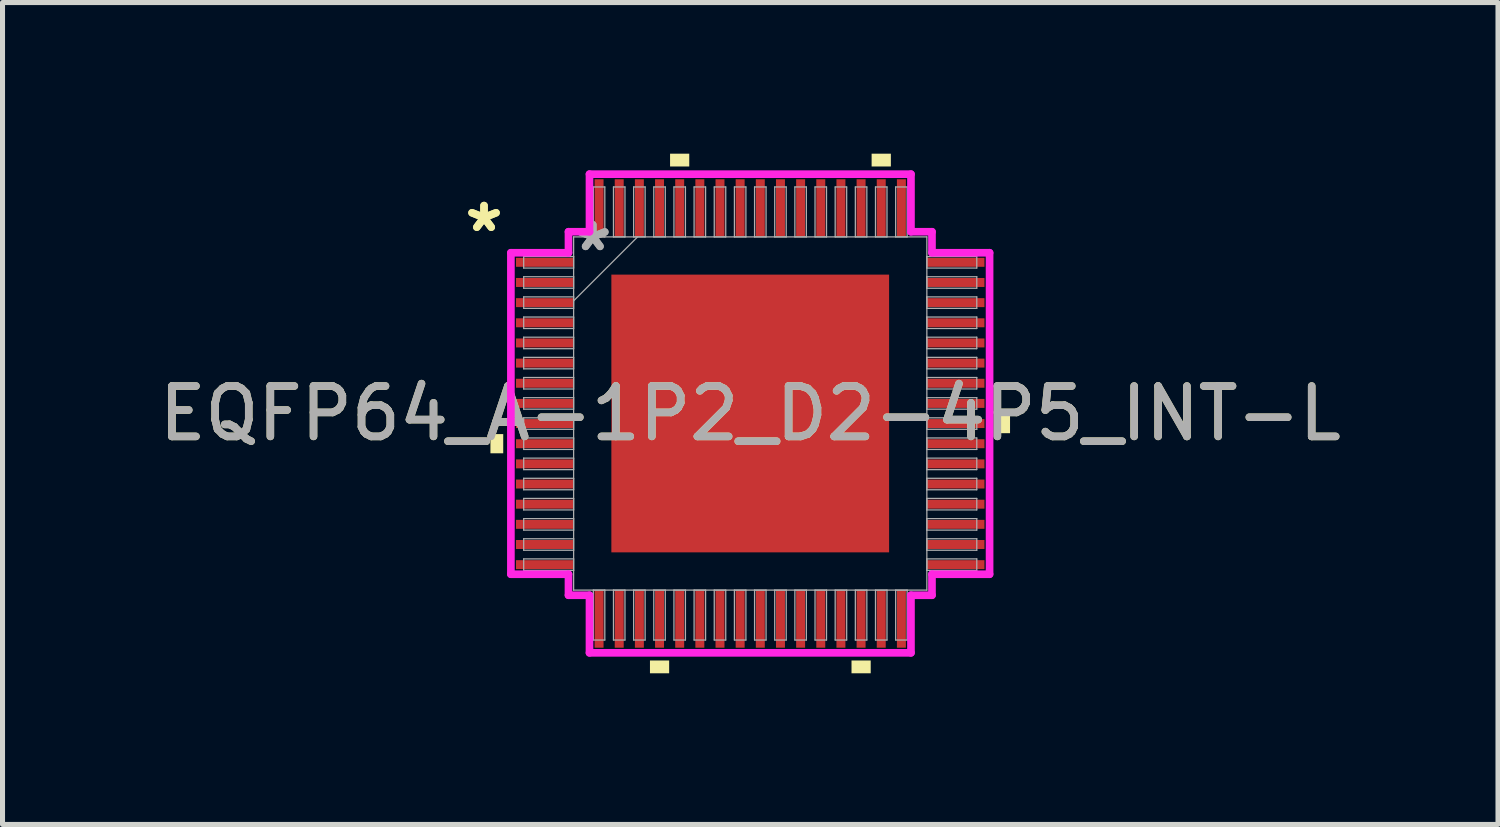
<source format=kicad_pcb>
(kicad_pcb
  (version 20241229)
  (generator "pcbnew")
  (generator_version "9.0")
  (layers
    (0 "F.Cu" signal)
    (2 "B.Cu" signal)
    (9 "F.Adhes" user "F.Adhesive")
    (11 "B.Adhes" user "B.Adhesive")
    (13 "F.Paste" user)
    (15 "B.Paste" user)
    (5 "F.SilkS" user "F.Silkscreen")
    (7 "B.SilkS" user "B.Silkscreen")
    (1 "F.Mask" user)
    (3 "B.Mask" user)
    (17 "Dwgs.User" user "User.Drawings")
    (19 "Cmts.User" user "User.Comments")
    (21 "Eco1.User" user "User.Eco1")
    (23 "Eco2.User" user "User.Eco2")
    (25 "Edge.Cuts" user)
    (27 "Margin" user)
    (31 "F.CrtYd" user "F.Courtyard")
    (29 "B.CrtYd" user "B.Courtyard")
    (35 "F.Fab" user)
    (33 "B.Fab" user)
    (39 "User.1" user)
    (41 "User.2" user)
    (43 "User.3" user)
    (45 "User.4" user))
  (footprint "EQFP64_A-1P2_D2-4P5_INT-L"
    (layer "F.Cu")
    (at 11.839 5.156)
    (property "Reference" "EQFP64_A-1P2_D2-4P5_INT-L" (at 0 0 0) (unlocked yes) (layer "F.SilkS") (effects (font (size 1 1) (thickness 0.15))))
    (attr smd)
    (fp_poly (pts (xy -5.156 0.409) (xy -5.156 0.79) (xy -4.902 0.79) (xy -4.902 0.409)) (stroke (width 0) (type solid)) (fill yes) (layer "F.SilkS"))
    (fp_poly (pts (xy -1.99 4.902) (xy -1.99 5.156) (xy -1.609 5.156) (xy -1.609 4.902)) (stroke (width 0) (type solid)) (fill yes) (layer "F.SilkS"))
    (fp_poly (pts (xy -1.591 -4.902) (xy -1.591 -5.156) (xy -1.21 -5.156) (xy -1.21 -4.902)) (stroke (width 0) (type solid)) (fill yes) (layer "F.SilkS"))
    (fp_poly (pts (xy 2.01 4.902) (xy 2.01 5.156) (xy 2.391 5.156) (xy 2.391 4.902)) (stroke (width 0) (type solid)) (fill yes) (layer "F.SilkS"))
    (fp_poly (pts (xy 2.409 -4.902) (xy 2.409 -5.156) (xy 2.791 -5.156) (xy 2.791 -4.902)) (stroke (width 0) (type solid)) (fill yes) (layer "F.SilkS"))
    (fp_poly (pts (xy 5.156 0.009) (xy 5.156 0.391) (xy 4.902 0.391) (xy 4.902 0.009)) (stroke (width 0) (type solid)) (fill yes) (layer "F.SilkS"))
    (fp_poly (pts (xy -2.656 -2.656) (xy -2.656 -1.478) (xy -1.478 -1.478) (xy -1.478 -2.656)) (stroke (width 0) (type solid)) (fill yes) (layer "F.Paste"))
    (fp_poly (pts (xy -2.656 -1.278) (xy -2.656 -0.1) (xy -1.478 -0.1) (xy -1.478 -1.278)) (stroke (width 0) (type solid)) (fill yes) (layer "F.Paste"))
    (fp_poly (pts (xy -2.656 0.1) (xy -2.656 1.278) (xy -1.478 1.278) (xy -1.478 0.1)) (stroke (width 0) (type solid)) (fill yes) (layer "F.Paste"))
    (fp_poly (pts (xy -2.656 1.478) (xy -2.656 2.656) (xy -1.478 2.656) (xy -1.478 1.478)) (stroke (width 0) (type solid)) (fill yes) (layer "F.Paste"))
    (fp_poly (pts (xy -1.278 -2.656) (xy -1.278 -1.478) (xy -0.1 -1.478) (xy -0.1 -2.656)) (stroke (width 0) (type solid)) (fill yes) (layer "F.Paste"))
    (fp_poly (pts (xy -1.278 -1.278) (xy -1.278 -0.1) (xy -0.1 -0.1) (xy -0.1 -1.278)) (stroke (width 0) (type solid)) (fill yes) (layer "F.Paste"))
    (fp_poly (pts (xy -1.278 0.1) (xy -1.278 1.278) (xy -0.1 1.278) (xy -0.1 0.1)) (stroke (width 0) (type solid)) (fill yes) (layer "F.Paste"))
    (fp_poly (pts (xy -1.278 1.478) (xy -1.278 2.656) (xy -0.1 2.656) (xy -0.1 1.478)) (stroke (width 0) (type solid)) (fill yes) (layer "F.Paste"))
    (fp_poly (pts (xy 0.1 -2.656) (xy 0.1 -1.478) (xy 1.278 -1.478) (xy 1.278 -2.656)) (stroke (width 0) (type solid)) (fill yes) (layer "F.Paste"))
    (fp_poly (pts (xy 0.1 -1.278) (xy 0.1 -0.1) (xy 1.278 -0.1) (xy 1.278 -1.278)) (stroke (width 0) (type solid)) (fill yes) (layer "F.Paste"))
    (fp_poly (pts (xy 0.1 0.1) (xy 0.1 1.278) (xy 1.278 1.278) (xy 1.278 0.1)) (stroke (width 0) (type solid)) (fill yes) (layer "F.Paste"))
    (fp_poly (pts (xy 0.1 1.478) (xy 0.1 2.656) (xy 1.278 2.656) (xy 1.278 1.478)) (stroke (width 0) (type solid)) (fill yes) (layer "F.Paste"))
    (fp_poly (pts (xy 1.478 -2.656) (xy 1.478 -1.478) (xy 2.656 -1.478) (xy 2.656 -2.656)) (stroke (width 0) (type solid)) (fill yes) (layer "F.Paste"))
    (fp_poly (pts (xy 1.478 -1.278) (xy 1.478 -0.1) (xy 2.656 -0.1) (xy 2.656 -1.278)) (stroke (width 0) (type solid)) (fill yes) (layer "F.Paste"))
    (fp_poly (pts (xy 1.478 0.1) (xy 1.478 1.278) (xy 2.656 1.278) (xy 2.656 0.1)) (stroke (width 0) (type solid)) (fill yes) (layer "F.Paste"))
    (fp_poly (pts (xy 1.478 1.478) (xy 1.478 2.656) (xy 2.656 2.656) (xy 2.656 1.478)) (stroke (width 0) (type solid)) (fill yes) (layer "F.Paste"))
    (fp_line (start -4.75 -3.19) (end -3.607 -3.19) (stroke (width 0.152) (type solid)) (layer "F.CrtYd"))
    (fp_line (start -4.75 3.19) (end -4.75 -3.19) (stroke (width 0.152) (type solid)) (layer "F.CrtYd"))
    (fp_line (start -3.607 -3.607) (end -3.19 -3.607) (stroke (width 0.152) (type solid)) (layer "F.CrtYd"))
    (fp_line (start -3.607 -3.19) (end -3.607 -3.607) (stroke (width 0.152) (type solid)) (layer "F.CrtYd"))
    (fp_line (start -3.607 3.19) (end -4.75 3.19) (stroke (width 0.152) (type solid)) (layer "F.CrtYd"))
    (fp_line (start -3.607 3.607) (end -3.607 3.19) (stroke (width 0.152) (type solid)) (layer "F.CrtYd"))
    (fp_line (start -3.607 3.607) (end -3.19 3.607) (stroke (width 0.152) (type solid)) (layer "F.CrtYd"))
    (fp_line (start -3.19 -4.75) (end 3.19 -4.75) (stroke (width 0.152) (type solid)) (layer "F.CrtYd"))
    (fp_line (start -3.19 -3.607) (end -3.19 -4.75) (stroke (width 0.152) (type solid)) (layer "F.CrtYd"))
    (fp_line (start -3.19 3.607) (end -3.19 4.75) (stroke (width 0.152) (type solid)) (layer "F.CrtYd"))
    (fp_line (start -3.19 4.75) (end 3.19 4.75) (stroke (width 0.152) (type solid)) (layer "F.CrtYd"))
    (fp_line (start 3.19 -4.75) (end 3.19 -3.607) (stroke (width 0.152) (type solid)) (layer "F.CrtYd"))
    (fp_line (start 3.19 -3.607) (end 3.607 -3.607) (stroke (width 0.152) (type solid)) (layer "F.CrtYd"))
    (fp_line (start 3.19 3.607) (end 3.607 3.607) (stroke (width 0.152) (type solid)) (layer "F.CrtYd"))
    (fp_line (start 3.19 4.75) (end 3.19 3.607) (stroke (width 0.152) (type solid)) (layer "F.CrtYd"))
    (fp_line (start 3.607 -3.19) (end 3.607 -3.607) (stroke (width 0.152) (type solid)) (layer "F.CrtYd"))
    (fp_line (start 3.607 3.19) (end 4.75 3.19) (stroke (width 0.152) (type solid)) (layer "F.CrtYd"))
    (fp_line (start 3.607 3.607) (end 3.607 3.19) (stroke (width 0.152) (type solid)) (layer "F.CrtYd"))
    (fp_line (start 4.75 -3.19) (end 3.607 -3.19) (stroke (width 0.152) (type solid)) (layer "F.CrtYd"))
    (fp_line (start 4.75 3.19) (end 4.75 -3.19) (stroke (width 0.152) (type solid)) (layer "F.CrtYd"))
    (fp_line (start -4.496 -3.114) (end -4.496 -2.886) (stroke (width 0.025) (type solid)) (layer "F.Fab"))
    (fp_line (start -4.496 -2.886) (end -3.505 -2.886) (stroke (width 0.025) (type solid)) (layer "F.Fab"))
    (fp_line (start -4.496 -2.714) (end -4.496 -2.486) (stroke (width 0.025) (type solid)) (layer "F.Fab"))
    (fp_line (start -4.496 -2.486) (end -3.505 -2.486) (stroke (width 0.025) (type solid)) (layer "F.Fab"))
    (fp_line (start -4.496 -2.314) (end -4.496 -2.086) (stroke (width 0.025) (type solid)) (layer "F.Fab"))
    (fp_line (start -4.496 -2.086) (end -3.505 -2.086) (stroke (width 0.025) (type solid)) (layer "F.Fab"))
    (fp_line (start -4.496 -1.914) (end -4.496 -1.686) (stroke (width 0.025) (type solid)) (layer "F.Fab"))
    (fp_line (start -4.496 -1.686) (end -3.505 -1.686) (stroke (width 0.025) (type solid)) (layer "F.Fab"))
    (fp_line (start -4.496 -1.514) (end -4.496 -1.286) (stroke (width 0.025) (type solid)) (layer "F.Fab"))
    (fp_line (start -4.496 -1.286) (end -3.505 -1.286) (stroke (width 0.025) (type solid)) (layer "F.Fab"))
    (fp_line (start -4.496 -1.114) (end -4.496 -0.886) (stroke (width 0.025) (type solid)) (layer "F.Fab"))
    (fp_line (start -4.496 -0.886) (end -3.505 -0.886) (stroke (width 0.025) (type solid)) (layer "F.Fab"))
    (fp_line (start -4.496 -0.714) (end -4.496 -0.486) (stroke (width 0.025) (type solid)) (layer "F.Fab"))
    (fp_line (start -4.496 -0.486) (end -3.505 -0.486) (stroke (width 0.025) (type solid)) (layer "F.Fab"))
    (fp_line (start -4.496 -0.314) (end -4.496 -0.086) (stroke (width 0.025) (type solid)) (layer "F.Fab"))
    (fp_line (start -4.496 -0.086) (end -3.505 -0.086) (stroke (width 0.025) (type solid)) (layer "F.Fab"))
    (fp_line (start -4.496 0.086) (end -4.496 0.314) (stroke (width 0.025) (type solid)) (layer "F.Fab"))
    (fp_line (start -4.496 0.314) (end -3.505 0.314) (stroke (width 0.025) (type solid)) (layer "F.Fab"))
    (fp_line (start -4.496 0.486) (end -4.496 0.714) (stroke (width 0.025) (type solid)) (layer "F.Fab"))
    (fp_line (start -4.496 0.714) (end -3.505 0.714) (stroke (width 0.025) (type solid)) (layer "F.Fab"))
    (fp_line (start -4.496 0.886) (end -4.496 1.114) (stroke (width 0.025) (type solid)) (layer "F.Fab"))
    (fp_line (start -4.496 1.114) (end -3.505 1.114) (stroke (width 0.025) (type solid)) (layer "F.Fab"))
    (fp_line (start -4.496 1.286) (end -4.496 1.514) (stroke (width 0.025) (type solid)) (layer "F.Fab"))
    (fp_line (start -4.496 1.514) (end -3.505 1.514) (stroke (width 0.025) (type solid)) (layer "F.Fab"))
    (fp_line (start -4.496 1.686) (end -4.496 1.914) (stroke (width 0.025) (type solid)) (layer "F.Fab"))
    (fp_line (start -4.496 1.914) (end -3.505 1.914) (stroke (width 0.025) (type solid)) (layer "F.Fab"))
    (fp_line (start -4.496 2.086) (end -4.496 2.314) (stroke (width 0.025) (type solid)) (layer "F.Fab"))
    (fp_line (start -4.496 2.314) (end -3.505 2.314) (stroke (width 0.025) (type solid)) (layer "F.Fab"))
    (fp_line (start -4.496 2.486) (end -4.496 2.714) (stroke (width 0.025) (type solid)) (layer "F.Fab"))
    (fp_line (start -4.496 2.714) (end -3.505 2.714) (stroke (width 0.025) (type solid)) (layer "F.Fab"))
    (fp_line (start -4.496 2.886) (end -4.496 3.114) (stroke (width 0.025) (type solid)) (layer "F.Fab"))
    (fp_line (start -4.496 3.114) (end -3.505 3.114) (stroke (width 0.025) (type solid)) (layer "F.Fab"))
    (fp_line (start -3.505 -3.505) (end -3.505 3.505) (stroke (width 0.025) (type solid)) (layer "F.Fab"))
    (fp_line (start -3.505 -3.114) (end -4.496 -3.114) (stroke (width 0.025) (type solid)) (layer "F.Fab"))
    (fp_line (start -3.505 -2.886) (end -3.505 -3.114) (stroke (width 0.025) (type solid)) (layer "F.Fab"))
    (fp_line (start -3.505 -2.714) (end -4.496 -2.714) (stroke (width 0.025) (type solid)) (layer "F.Fab"))
    (fp_line (start -3.505 -2.486) (end -3.505 -2.714) (stroke (width 0.025) (type solid)) (layer "F.Fab"))
    (fp_line (start -3.505 -2.314) (end -4.496 -2.314) (stroke (width 0.025) (type solid)) (layer "F.Fab"))
    (fp_line (start -3.505 -2.235) (end -2.235 -3.505) (stroke (width 0.025) (type solid)) (layer "F.Fab"))
    (fp_line (start -3.505 -2.086) (end -3.505 -2.314) (stroke (width 0.025) (type solid)) (layer "F.Fab"))
    (fp_line (start -3.505 -1.914) (end -4.496 -1.914) (stroke (width 0.025) (type solid)) (layer "F.Fab"))
    (fp_line (start -3.505 -1.686) (end -3.505 -1.914) (stroke (width 0.025) (type solid)) (layer "F.Fab"))
    (fp_line (start -3.505 -1.514) (end -4.496 -1.514) (stroke (width 0.025) (type solid)) (layer "F.Fab"))
    (fp_line (start -3.505 -1.286) (end -3.505 -1.514) (stroke (width 0.025) (type solid)) (layer "F.Fab"))
    (fp_line (start -3.505 -1.114) (end -4.496 -1.114) (stroke (width 0.025) (type solid)) (layer "F.Fab"))
    (fp_line (start -3.505 -0.886) (end -3.505 -1.114) (stroke (width 0.025) (type solid)) (layer "F.Fab"))
    (fp_line (start -3.505 -0.714) (end -4.496 -0.714) (stroke (width 0.025) (type solid)) (layer "F.Fab"))
    (fp_line (start -3.505 -0.486) (end -3.505 -0.714) (stroke (width 0.025) (type solid)) (layer "F.Fab"))
    (fp_line (start -3.505 -0.314) (end -4.496 -0.314) (stroke (width 0.025) (type solid)) (layer "F.Fab"))
    (fp_line (start -3.505 -0.086) (end -3.505 -0.314) (stroke (width 0.025) (type solid)) (layer "F.Fab"))
    (fp_line (start -3.505 0.086) (end -4.496 0.086) (stroke (width 0.025) (type solid)) (layer "F.Fab"))
    (fp_line (start -3.505 0.314) (end -3.505 0.086) (stroke (width 0.025) (type solid)) (layer "F.Fab"))
    (fp_line (start -3.505 0.486) (end -4.496 0.486) (stroke (width 0.025) (type solid)) (layer "F.Fab"))
    (fp_line (start -3.505 0.714) (end -3.505 0.486) (stroke (width 0.025) (type solid)) (layer "F.Fab"))
    (fp_line (start -3.505 0.886) (end -4.496 0.886) (stroke (width 0.025) (type solid)) (layer "F.Fab"))
    (fp_line (start -3.505 1.114) (end -3.505 0.886) (stroke (width 0.025) (type solid)) (layer "F.Fab"))
    (fp_line (start -3.505 1.286) (end -4.496 1.286) (stroke (width 0.025) (type solid)) (layer "F.Fab"))
    (fp_line (start -3.505 1.514) (end -3.505 1.286) (stroke (width 0.025) (type solid)) (layer "F.Fab"))
    (fp_line (start -3.505 1.686) (end -4.496 1.686) (stroke (width 0.025) (type solid)) (layer "F.Fab"))
    (fp_line (start -3.505 1.914) (end -3.505 1.686) (stroke (width 0.025) (type solid)) (layer "F.Fab"))
    (fp_line (start -3.505 2.086) (end -4.496 2.086) (stroke (width 0.025) (type solid)) (layer "F.Fab"))
    (fp_line (start -3.505 2.314) (end -3.505 2.086) (stroke (width 0.025) (type solid)) (layer "F.Fab"))
    (fp_line (start -3.505 2.486) (end -4.496 2.486) (stroke (width 0.025) (type solid)) (layer "F.Fab"))
    (fp_line (start -3.505 2.714) (end -3.505 2.486) (stroke (width 0.025) (type solid)) (layer "F.Fab"))
    (fp_line (start -3.505 2.886) (end -4.496 2.886) (stroke (width 0.025) (type solid)) (layer "F.Fab"))
    (fp_line (start -3.505 3.114) (end -3.505 2.886) (stroke (width 0.025) (type solid)) (layer "F.Fab"))
    (fp_line (start -3.505 3.505) (end 3.505 3.505) (stroke (width 0.025) (type solid)) (layer "F.Fab"))
    (fp_line (start -3.114 -4.496) (end -3.114 -3.505) (stroke (width 0.025) (type solid)) (layer "F.Fab"))
    (fp_line (start -3.114 -3.505) (end -2.886 -3.505) (stroke (width 0.025) (type solid)) (layer "F.Fab"))
    (fp_line (start -3.114 3.505) (end -3.114 4.496) (stroke (width 0.025) (type solid)) (layer "F.Fab"))
    (fp_line (start -3.114 4.496) (end -2.886 4.496) (stroke (width 0.025) (type solid)) (layer "F.Fab"))
    (fp_line (start -2.886 -4.496) (end -3.114 -4.496) (stroke (width 0.025) (type solid)) (layer "F.Fab"))
    (fp_line (start -2.886 -3.505) (end -2.886 -4.496) (stroke (width 0.025) (type solid)) (layer "F.Fab"))
    (fp_line (start -2.886 3.505) (end -3.114 3.505) (stroke (width 0.025) (type solid)) (layer "F.Fab"))
    (fp_line (start -2.886 4.496) (end -2.886 3.505) (stroke (width 0.025) (type solid)) (layer "F.Fab"))
    (fp_line (start -2.714 -4.496) (end -2.714 -3.505) (stroke (width 0.025) (type solid)) (layer "F.Fab"))
    (fp_line (start -2.714 -3.505) (end -2.486 -3.505) (stroke (width 0.025) (type solid)) (layer "F.Fab"))
    (fp_line (start -2.714 3.505) (end -2.714 4.496) (stroke (width 0.025) (type solid)) (layer "F.Fab"))
    (fp_line (start -2.714 4.496) (end -2.486 4.496) (stroke (width 0.025) (type solid)) (layer "F.Fab"))
    (fp_line (start -2.486 -4.496) (end -2.714 -4.496) (stroke (width 0.025) (type solid)) (layer "F.Fab"))
    (fp_line (start -2.486 -3.505) (end -2.486 -4.496) (stroke (width 0.025) (type solid)) (layer "F.Fab"))
    (fp_line (start -2.486 3.505) (end -2.714 3.505) (stroke (width 0.025) (type solid)) (layer "F.Fab"))
    (fp_line (start -2.486 4.496) (end -2.486 3.505) (stroke (width 0.025) (type solid)) (layer "F.Fab"))
    (fp_line (start -2.314 -4.496) (end -2.314 -3.505) (stroke (width 0.025) (type solid)) (layer "F.Fab"))
    (fp_line (start -2.314 -3.505) (end -2.086 -3.505) (stroke (width 0.025) (type solid)) (layer "F.Fab"))
    (fp_line (start -2.314 3.505) (end -2.314 4.496) (stroke (width 0.025) (type solid)) (layer "F.Fab"))
    (fp_line (start -2.314 4.496) (end -2.086 4.496) (stroke (width 0.025) (type solid)) (layer "F.Fab"))
    (fp_line (start -2.086 -4.496) (end -2.314 -4.496) (stroke (width 0.025) (type solid)) (layer "F.Fab"))
    (fp_line (start -2.086 -3.505) (end -2.086 -4.496) (stroke (width 0.025) (type solid)) (layer "F.Fab"))
    (fp_line (start -2.086 3.505) (end -2.314 3.505) (stroke (width 0.025) (type solid)) (layer "F.Fab"))
    (fp_line (start -2.086 4.496) (end -2.086 3.505) (stroke (width 0.025) (type solid)) (layer "F.Fab"))
    (fp_line (start -1.914 -4.496) (end -1.914 -3.505) (stroke (width 0.025) (type solid)) (layer "F.Fab"))
    (fp_line (start -1.914 -3.505) (end -1.686 -3.505) (stroke (width 0.025) (type solid)) (layer "F.Fab"))
    (fp_line (start -1.914 3.505) (end -1.914 4.496) (stroke (width 0.025) (type solid)) (layer "F.Fab"))
    (fp_line (start -1.914 4.496) (end -1.686 4.496) (stroke (width 0.025) (type solid)) (layer "F.Fab"))
    (fp_line (start -1.686 -4.496) (end -1.914 -4.496) (stroke (width 0.025) (type solid)) (layer "F.Fab"))
    (fp_line (start -1.686 -3.505) (end -1.686 -4.496) (stroke (width 0.025) (type solid)) (layer "F.Fab"))
    (fp_line (start -1.686 3.505) (end -1.914 3.505) (stroke (width 0.025) (type solid)) (layer "F.Fab"))
    (fp_line (start -1.686 4.496) (end -1.686 3.505) (stroke (width 0.025) (type solid)) (layer "F.Fab"))
    (fp_line (start -1.514 -4.496) (end -1.514 -3.505) (stroke (width 0.025) (type solid)) (layer "F.Fab"))
    (fp_line (start -1.514 -3.505) (end -1.286 -3.505) (stroke (width 0.025) (type solid)) (layer "F.Fab"))
    (fp_line (start -1.514 3.505) (end -1.514 4.496) (stroke (width 0.025) (type solid)) (layer "F.Fab"))
    (fp_line (start -1.514 4.496) (end -1.286 4.496) (stroke (width 0.025) (type solid)) (layer "F.Fab"))
    (fp_line (start -1.286 -4.496) (end -1.514 -4.496) (stroke (width 0.025) (type solid)) (layer "F.Fab"))
    (fp_line (start -1.286 -3.505) (end -1.286 -4.496) (stroke (width 0.025) (type solid)) (layer "F.Fab"))
    (fp_line (start -1.286 3.505) (end -1.514 3.505) (stroke (width 0.025) (type solid)) (layer "F.Fab"))
    (fp_line (start -1.286 4.496) (end -1.286 3.505) (stroke (width 0.025) (type solid)) (layer "F.Fab"))
    (fp_line (start -1.114 -4.496) (end -1.114 -3.505) (stroke (width 0.025) (type solid)) (layer "F.Fab"))
    (fp_line (start -1.114 -3.505) (end -0.886 -3.505) (stroke (width 0.025) (type solid)) (layer "F.Fab"))
    (fp_line (start -1.114 3.505) (end -1.114 4.496) (stroke (width 0.025) (type solid)) (layer "F.Fab"))
    (fp_line (start -1.114 4.496) (end -0.886 4.496) (stroke (width 0.025) (type solid)) (layer "F.Fab"))
    (fp_line (start -0.886 -4.496) (end -1.114 -4.496) (stroke (width 0.025) (type solid)) (layer "F.Fab"))
    (fp_line (start -0.886 -3.505) (end -0.886 -4.496) (stroke (width 0.025) (type solid)) (layer "F.Fab"))
    (fp_line (start -0.886 3.505) (end -1.114 3.505) (stroke (width 0.025) (type solid)) (layer "F.Fab"))
    (fp_line (start -0.886 4.496) (end -0.886 3.505) (stroke (width 0.025) (type solid)) (layer "F.Fab"))
    (fp_line (start -0.714 -4.496) (end -0.714 -3.505) (stroke (width 0.025) (type solid)) (layer "F.Fab"))
    (fp_line (start -0.714 -3.505) (end -0.486 -3.505) (stroke (width 0.025) (type solid)) (layer "F.Fab"))
    (fp_line (start -0.714 3.505) (end -0.714 4.496) (stroke (width 0.025) (type solid)) (layer "F.Fab"))
    (fp_line (start -0.714 4.496) (end -0.486 4.496) (stroke (width 0.025) (type solid)) (layer "F.Fab"))
    (fp_line (start -0.486 -4.496) (end -0.714 -4.496) (stroke (width 0.025) (type solid)) (layer "F.Fab"))
    (fp_line (start -0.486 -3.505) (end -0.486 -4.496) (stroke (width 0.025) (type solid)) (layer "F.Fab"))
    (fp_line (start -0.486 3.505) (end -0.714 3.505) (stroke (width 0.025) (type solid)) (layer "F.Fab"))
    (fp_line (start -0.486 4.496) (end -0.486 3.505) (stroke (width 0.025) (type solid)) (layer "F.Fab"))
    (fp_line (start -0.314 -4.496) (end -0.314 -3.505) (stroke (width 0.025) (type solid)) (layer "F.Fab"))
    (fp_line (start -0.314 -3.505) (end -0.086 -3.505) (stroke (width 0.025) (type solid)) (layer "F.Fab"))
    (fp_line (start -0.314 3.505) (end -0.314 4.496) (stroke (width 0.025) (type solid)) (layer "F.Fab"))
    (fp_line (start -0.314 4.496) (end -0.086 4.496) (stroke (width 0.025) (type solid)) (layer "F.Fab"))
    (fp_line (start -0.086 -4.496) (end -0.314 -4.496) (stroke (width 0.025) (type solid)) (layer "F.Fab"))
    (fp_line (start -0.086 -3.505) (end -0.086 -4.496) (stroke (width 0.025) (type solid)) (layer "F.Fab"))
    (fp_line (start -0.086 3.505) (end -0.314 3.505) (stroke (width 0.025) (type solid)) (layer "F.Fab"))
    (fp_line (start -0.086 4.496) (end -0.086 3.505) (stroke (width 0.025) (type solid)) (layer "F.Fab"))
    (fp_line (start 0.086 -4.496) (end 0.086 -3.505) (stroke (width 0.025) (type solid)) (layer "F.Fab"))
    (fp_line (start 0.086 -3.505) (end 0.314 -3.505) (stroke (width 0.025) (type solid)) (layer "F.Fab"))
    (fp_line (start 0.086 3.505) (end 0.086 4.496) (stroke (width 0.025) (type solid)) (layer "F.Fab"))
    (fp_line (start 0.086 4.496) (end 0.314 4.496) (stroke (width 0.025) (type solid)) (layer "F.Fab"))
    (fp_line (start 0.314 -4.496) (end 0.086 -4.496) (stroke (width 0.025) (type solid)) (layer "F.Fab"))
    (fp_line (start 0.314 -3.505) (end 0.314 -4.496) (stroke (width 0.025) (type solid)) (layer "F.Fab"))
    (fp_line (start 0.314 3.505) (end 0.086 3.505) (stroke (width 0.025) (type solid)) (layer "F.Fab"))
    (fp_line (start 0.314 4.496) (end 0.314 3.505) (stroke (width 0.025) (type solid)) (layer "F.Fab"))
    (fp_line (start 0.486 -4.496) (end 0.486 -3.505) (stroke (width 0.025) (type solid)) (layer "F.Fab"))
    (fp_line (start 0.486 -3.505) (end 0.714 -3.505) (stroke (width 0.025) (type solid)) (layer "F.Fab"))
    (fp_line (start 0.486 3.505) (end 0.486 4.496) (stroke (width 0.025) (type solid)) (layer "F.Fab"))
    (fp_line (start 0.486 4.496) (end 0.714 4.496) (stroke (width 0.025) (type solid)) (layer "F.Fab"))
    (fp_line (start 0.714 -4.496) (end 0.486 -4.496) (stroke (width 0.025) (type solid)) (layer "F.Fab"))
    (fp_line (start 0.714 -3.505) (end 0.714 -4.496) (stroke (width 0.025) (type solid)) (layer "F.Fab"))
    (fp_line (start 0.714 3.505) (end 0.486 3.505) (stroke (width 0.025) (type solid)) (layer "F.Fab"))
    (fp_line (start 0.714 4.496) (end 0.714 3.505) (stroke (width 0.025) (type solid)) (layer "F.Fab"))
    (fp_line (start 0.886 -4.496) (end 0.886 -3.505) (stroke (width 0.025) (type solid)) (layer "F.Fab"))
    (fp_line (start 0.886 -3.505) (end 1.114 -3.505) (stroke (width 0.025) (type solid)) (layer "F.Fab"))
    (fp_line (start 0.886 3.505) (end 0.886 4.496) (stroke (width 0.025) (type solid)) (layer "F.Fab"))
    (fp_line (start 0.886 4.496) (end 1.114 4.496) (stroke (width 0.025) (type solid)) (layer "F.Fab"))
    (fp_line (start 1.114 -4.496) (end 0.886 -4.496) (stroke (width 0.025) (type solid)) (layer "F.Fab"))
    (fp_line (start 1.114 -3.505) (end 1.114 -4.496) (stroke (width 0.025) (type solid)) (layer "F.Fab"))
    (fp_line (start 1.114 3.505) (end 0.886 3.505) (stroke (width 0.025) (type solid)) (layer "F.Fab"))
    (fp_line (start 1.114 4.496) (end 1.114 3.505) (stroke (width 0.025) (type solid)) (layer "F.Fab"))
    (fp_line (start 1.286 -4.496) (end 1.286 -3.505) (stroke (width 0.025) (type solid)) (layer "F.Fab"))
    (fp_line (start 1.286 -3.505) (end 1.514 -3.505) (stroke (width 0.025) (type solid)) (layer "F.Fab"))
    (fp_line (start 1.286 3.505) (end 1.286 4.496) (stroke (width 0.025) (type solid)) (layer "F.Fab"))
    (fp_line (start 1.286 4.496) (end 1.514 4.496) (stroke (width 0.025) (type solid)) (layer "F.Fab"))
    (fp_line (start 1.514 -4.496) (end 1.286 -4.496) (stroke (width 0.025) (type solid)) (layer "F.Fab"))
    (fp_line (start 1.514 -3.505) (end 1.514 -4.496) (stroke (width 0.025) (type solid)) (layer "F.Fab"))
    (fp_line (start 1.514 3.505) (end 1.286 3.505) (stroke (width 0.025) (type solid)) (layer "F.Fab"))
    (fp_line (start 1.514 4.496) (end 1.514 3.505) (stroke (width 0.025) (type solid)) (layer "F.Fab"))
    (fp_line (start 1.686 -4.496) (end 1.686 -3.505) (stroke (width 0.025) (type solid)) (layer "F.Fab"))
    (fp_line (start 1.686 -3.505) (end 1.914 -3.505) (stroke (width 0.025) (type solid)) (layer "F.Fab"))
    (fp_line (start 1.686 3.505) (end 1.686 4.496) (stroke (width 0.025) (type solid)) (layer "F.Fab"))
    (fp_line (start 1.686 4.496) (end 1.914 4.496) (stroke (width 0.025) (type solid)) (layer "F.Fab"))
    (fp_line (start 1.914 -4.496) (end 1.686 -4.496) (stroke (width 0.025) (type solid)) (layer "F.Fab"))
    (fp_line (start 1.914 -3.505) (end 1.914 -4.496) (stroke (width 0.025) (type solid)) (layer "F.Fab"))
    (fp_line (start 1.914 3.505) (end 1.686 3.505) (stroke (width 0.025) (type solid)) (layer "F.Fab"))
    (fp_line (start 1.914 4.496) (end 1.914 3.505) (stroke (width 0.025) (type solid)) (layer "F.Fab"))
    (fp_line (start 2.086 -4.496) (end 2.086 -3.505) (stroke (width 0.025) (type solid)) (layer "F.Fab"))
    (fp_line (start 2.086 -3.505) (end 2.314 -3.505) (stroke (width 0.025) (type solid)) (layer "F.Fab"))
    (fp_line (start 2.086 3.505) (end 2.086 4.496) (stroke (width 0.025) (type solid)) (layer "F.Fab"))
    (fp_line (start 2.086 4.496) (end 2.314 4.496) (stroke (width 0.025) (type solid)) (layer "F.Fab"))
    (fp_line (start 2.314 -4.496) (end 2.086 -4.496) (stroke (width 0.025) (type solid)) (layer "F.Fab"))
    (fp_line (start 2.314 -3.505) (end 2.314 -4.496) (stroke (width 0.025) (type solid)) (layer "F.Fab"))
    (fp_line (start 2.314 3.505) (end 2.086 3.505) (stroke (width 0.025) (type solid)) (layer "F.Fab"))
    (fp_line (start 2.314 4.496) (end 2.314 3.505) (stroke (width 0.025) (type solid)) (layer "F.Fab"))
    (fp_line (start 2.486 -4.496) (end 2.486 -3.505) (stroke (width 0.025) (type solid)) (layer "F.Fab"))
    (fp_line (start 2.486 -3.505) (end 2.714 -3.505) (stroke (width 0.025) (type solid)) (layer "F.Fab"))
    (fp_line (start 2.486 3.505) (end 2.486 4.496) (stroke (width 0.025) (type solid)) (layer "F.Fab"))
    (fp_line (start 2.486 4.496) (end 2.714 4.496) (stroke (width 0.025) (type solid)) (layer "F.Fab"))
    (fp_line (start 2.714 -4.496) (end 2.486 -4.496) (stroke (width 0.025) (type solid)) (layer "F.Fab"))
    (fp_line (start 2.714 -3.505) (end 2.714 -4.496) (stroke (width 0.025) (type solid)) (layer "F.Fab"))
    (fp_line (start 2.714 3.505) (end 2.486 3.505) (stroke (width 0.025) (type solid)) (layer "F.Fab"))
    (fp_line (start 2.714 4.496) (end 2.714 3.505) (stroke (width 0.025) (type solid)) (layer "F.Fab"))
    (fp_line (start 2.886 -4.496) (end 2.886 -3.505) (stroke (width 0.025) (type solid)) (layer "F.Fab"))
    (fp_line (start 2.886 -3.505) (end 3.114 -3.505) (stroke (width 0.025) (type solid)) (layer "F.Fab"))
    (fp_line (start 2.886 3.505) (end 2.886 4.496) (stroke (width 0.025) (type solid)) (layer "F.Fab"))
    (fp_line (start 2.886 4.496) (end 3.114 4.496) (stroke (width 0.025) (type solid)) (layer "F.Fab"))
    (fp_line (start 3.114 -4.496) (end 2.886 -4.496) (stroke (width 0.025) (type solid)) (layer "F.Fab"))
    (fp_line (start 3.114 -3.505) (end 3.114 -4.496) (stroke (width 0.025) (type solid)) (layer "F.Fab"))
    (fp_line (start 3.114 3.505) (end 2.886 3.505) (stroke (width 0.025) (type solid)) (layer "F.Fab"))
    (fp_line (start 3.114 4.496) (end 3.114 3.505) (stroke (width 0.025) (type solid)) (layer "F.Fab"))
    (fp_line (start 3.505 -3.505) (end -3.505 -3.505) (stroke (width 0.025) (type solid)) (layer "F.Fab"))
    (fp_line (start 3.505 -3.114) (end 3.505 -2.886) (stroke (width 0.025) (type solid)) (layer "F.Fab"))
    (fp_line (start 3.505 -2.886) (end 4.496 -2.886) (stroke (width 0.025) (type solid)) (layer "F.Fab"))
    (fp_line (start 3.505 -2.714) (end 3.505 -2.486) (stroke (width 0.025) (type solid)) (layer "F.Fab"))
    (fp_line (start 3.505 -2.486) (end 4.496 -2.486) (stroke (width 0.025) (type solid)) (layer "F.Fab"))
    (fp_line (start 3.505 -2.314) (end 3.505 -2.086) (stroke (width 0.025) (type solid)) (layer "F.Fab"))
    (fp_line (start 3.505 -2.086) (end 4.496 -2.086) (stroke (width 0.025) (type solid)) (layer "F.Fab"))
    (fp_line (start 3.505 -1.914) (end 3.505 -1.686) (stroke (width 0.025) (type solid)) (layer "F.Fab"))
    (fp_line (start 3.505 -1.686) (end 4.496 -1.686) (stroke (width 0.025) (type solid)) (layer "F.Fab"))
    (fp_line (start 3.505 -1.514) (end 3.505 -1.286) (stroke (width 0.025) (type solid)) (layer "F.Fab"))
    (fp_line (start 3.505 -1.286) (end 4.496 -1.286) (stroke (width 0.025) (type solid)) (layer "F.Fab"))
    (fp_line (start 3.505 -1.114) (end 3.505 -0.886) (stroke (width 0.025) (type solid)) (layer "F.Fab"))
    (fp_line (start 3.505 -0.886) (end 4.496 -0.886) (stroke (width 0.025) (type solid)) (layer "F.Fab"))
    (fp_line (start 3.505 -0.714) (end 3.505 -0.486) (stroke (width 0.025) (type solid)) (layer "F.Fab"))
    (fp_line (start 3.505 -0.486) (end 4.496 -0.486) (stroke (width 0.025) (type solid)) (layer "F.Fab"))
    (fp_line (start 3.505 -0.314) (end 3.505 -0.086) (stroke (width 0.025) (type solid)) (layer "F.Fab"))
    (fp_line (start 3.505 -0.086) (end 4.496 -0.086) (stroke (width 0.025) (type solid)) (layer "F.Fab"))
    (fp_line (start 3.505 0.086) (end 3.505 0.314) (stroke (width 0.025) (type solid)) (layer "F.Fab"))
    (fp_line (start 3.505 0.314) (end 4.496 0.314) (stroke (width 0.025) (type solid)) (layer "F.Fab"))
    (fp_line (start 3.505 0.486) (end 3.505 0.714) (stroke (width 0.025) (type solid)) (layer "F.Fab"))
    (fp_line (start 3.505 0.714) (end 4.496 0.714) (stroke (width 0.025) (type solid)) (layer "F.Fab"))
    (fp_line (start 3.505 0.886) (end 3.505 1.114) (stroke (width 0.025) (type solid)) (layer "F.Fab"))
    (fp_line (start 3.505 1.114) (end 4.496 1.114) (stroke (width 0.025) (type solid)) (layer "F.Fab"))
    (fp_line (start 3.505 1.286) (end 3.505 1.514) (stroke (width 0.025) (type solid)) (layer "F.Fab"))
    (fp_line (start 3.505 1.514) (end 4.496 1.514) (stroke (width 0.025) (type solid)) (layer "F.Fab"))
    (fp_line (start 3.505 1.686) (end 3.505 1.914) (stroke (width 0.025) (type solid)) (layer "F.Fab"))
    (fp_line (start 3.505 1.914) (end 4.496 1.914) (stroke (width 0.025) (type solid)) (layer "F.Fab"))
    (fp_line (start 3.505 2.086) (end 3.505 2.314) (stroke (width 0.025) (type solid)) (layer "F.Fab"))
    (fp_line (start 3.505 2.314) (end 4.496 2.314) (stroke (width 0.025) (type solid)) (layer "F.Fab"))
    (fp_line (start 3.505 2.486) (end 3.505 2.714) (stroke (width 0.025) (type solid)) (layer "F.Fab"))
    (fp_line (start 3.505 2.714) (end 4.496 2.714) (stroke (width 0.025) (type solid)) (layer "F.Fab"))
    (fp_line (start 3.505 2.886) (end 3.505 3.114) (stroke (width 0.025) (type solid)) (layer "F.Fab"))
    (fp_line (start 3.505 3.114) (end 4.496 3.114) (stroke (width 0.025) (type solid)) (layer "F.Fab"))
    (fp_line (start 3.505 3.505) (end 3.505 -3.505) (stroke (width 0.025) (type solid)) (layer "F.Fab"))
    (fp_line (start 4.496 -3.114) (end 3.505 -3.114) (stroke (width 0.025) (type solid)) (layer "F.Fab"))
    (fp_line (start 4.496 -2.886) (end 4.496 -3.114) (stroke (width 0.025) (type solid)) (layer "F.Fab"))
    (fp_line (start 4.496 -2.714) (end 3.505 -2.714) (stroke (width 0.025) (type solid)) (layer "F.Fab"))
    (fp_line (start 4.496 -2.486) (end 4.496 -2.714) (stroke (width 0.025) (type solid)) (layer "F.Fab"))
    (fp_line (start 4.496 -2.314) (end 3.505 -2.314) (stroke (width 0.025) (type solid)) (layer "F.Fab"))
    (fp_line (start 4.496 -2.086) (end 4.496 -2.314) (stroke (width 0.025) (type solid)) (layer "F.Fab"))
    (fp_line (start 4.496 -1.914) (end 3.505 -1.914) (stroke (width 0.025) (type solid)) (layer "F.Fab"))
    (fp_line (start 4.496 -1.686) (end 4.496 -1.914) (stroke (width 0.025) (type solid)) (layer "F.Fab"))
    (fp_line (start 4.496 -1.514) (end 3.505 -1.514) (stroke (width 0.025) (type solid)) (layer "F.Fab"))
    (fp_line (start 4.496 -1.286) (end 4.496 -1.514) (stroke (width 0.025) (type solid)) (layer "F.Fab"))
    (fp_line (start 4.496 -1.114) (end 3.505 -1.114) (stroke (width 0.025) (type solid)) (layer "F.Fab"))
    (fp_line (start 4.496 -0.886) (end 4.496 -1.114) (stroke (width 0.025) (type solid)) (layer "F.Fab"))
    (fp_line (start 4.496 -0.714) (end 3.505 -0.714) (stroke (width 0.025) (type solid)) (layer "F.Fab"))
    (fp_line (start 4.496 -0.486) (end 4.496 -0.714) (stroke (width 0.025) (type solid)) (layer "F.Fab"))
    (fp_line (start 4.496 -0.314) (end 3.505 -0.314) (stroke (width 0.025) (type solid)) (layer "F.Fab"))
    (fp_line (start 4.496 -0.086) (end 4.496 -0.314) (stroke (width 0.025) (type solid)) (layer "F.Fab"))
    (fp_line (start 4.496 0.086) (end 3.505 0.086) (stroke (width 0.025) (type solid)) (layer "F.Fab"))
    (fp_line (start 4.496 0.314) (end 4.496 0.086) (stroke (width 0.025) (type solid)) (layer "F.Fab"))
    (fp_line (start 4.496 0.486) (end 3.505 0.486) (stroke (width 0.025) (type solid)) (layer "F.Fab"))
    (fp_line (start 4.496 0.714) (end 4.496 0.486) (stroke (width 0.025) (type solid)) (layer "F.Fab"))
    (fp_line (start 4.496 0.886) (end 3.505 0.886) (stroke (width 0.025) (type solid)) (layer "F.Fab"))
    (fp_line (start 4.496 1.114) (end 4.496 0.886) (stroke (width 0.025) (type solid)) (layer "F.Fab"))
    (fp_line (start 4.496 1.286) (end 3.505 1.286) (stroke (width 0.025) (type solid)) (layer "F.Fab"))
    (fp_line (start 4.496 1.514) (end 4.496 1.286) (stroke (width 0.025) (type solid)) (layer "F.Fab"))
    (fp_line (start 4.496 1.686) (end 3.505 1.686) (stroke (width 0.025) (type solid)) (layer "F.Fab"))
    (fp_line (start 4.496 1.914) (end 4.496 1.686) (stroke (width 0.025) (type solid)) (layer "F.Fab"))
    (fp_line (start 4.496 2.086) (end 3.505 2.086) (stroke (width 0.025) (type solid)) (layer "F.Fab"))
    (fp_line (start 4.496 2.314) (end 4.496 2.086) (stroke (width 0.025) (type solid)) (layer "F.Fab"))
    (fp_line (start 4.496 2.486) (end 3.505 2.486) (stroke (width 0.025) (type solid)) (layer "F.Fab"))
    (fp_line (start 4.496 2.714) (end 4.496 2.486) (stroke (width 0.025) (type solid)) (layer "F.Fab"))
    (fp_line (start 4.496 2.886) (end 3.505 2.886) (stroke (width 0.025) (type solid)) (layer "F.Fab"))
    (fp_line (start 4.496 3.114) (end 4.496 2.886) (stroke (width 0.025) (type solid)) (layer "F.Fab"))
    (fp_text user "*" (at -5.283 -3.581 0) (unlocked yes) (layer "F.SilkS") (effects (font (size 1 1) (thickness 0.15))))
    (fp_text user "*" (at -5.283 -3.581 0) (layer "F.SilkS") (effects (font (size 1 1) (thickness 0.15))))
    (fp_text user "${REFERENCE}" (at 0 0 0) (unlocked yes) (layer "F.Fab") (effects (font (size 1 1) (thickness 0.15))))
    (fp_text user "*" (at -3.124 -3.2 0) (unlocked yes) (layer "F.Fab") (effects (font (size 1 1) (thickness 0.15))))
    (fp_text user "*" (at -3.124 -3.2 0) (layer "F.Fab") (effects (font (size 1 1) (thickness 0.15))))
    (pad "1" smd rect (at -4.077 -3 90) (size 0.178 1.143) (layers "F.Cu" "F.Mask" "F.Paste"))
    (pad "2" smd rect (at -4.077 -2.6 90) (size 0.178 1.143) (layers "F.Cu" "F.Mask" "F.Paste"))
    (pad "3" smd rect (at -4.077 -2.2 90) (size 0.178 1.143) (layers "F.Cu" "F.Mask" "F.Paste"))
    (pad "4" smd rect (at -4.077 -1.8 90) (size 0.178 1.143) (layers "F.Cu" "F.Mask" "F.Paste"))
    (pad "5" smd rect (at -4.077 -1.4 90) (size 0.178 1.143) (layers "F.Cu" "F.Mask" "F.Paste"))
    (pad "6" smd rect (at -4.077 -1 90) (size 0.178 1.143) (layers "F.Cu" "F.Mask" "F.Paste"))
    (pad "7" smd rect (at -4.077 -0.6 90) (size 0.178 1.143) (layers "F.Cu" "F.Mask" "F.Paste"))
    (pad "8" smd rect (at -4.077 -0.2 90) (size 0.178 1.143) (layers "F.Cu" "F.Mask" "F.Paste"))
    (pad "9" smd rect (at -4.077 0.2 90) (size 0.178 1.143) (layers "F.Cu" "F.Mask" "F.Paste"))
    (pad "10" smd rect (at -4.077 0.6 90) (size 0.178 1.143) (layers "F.Cu" "F.Mask" "F.Paste"))
    (pad "11" smd rect (at -4.077 1 90) (size 0.178 1.143) (layers "F.Cu" "F.Mask" "F.Paste"))
    (pad "12" smd rect (at -4.077 1.4 90) (size 0.178 1.143) (layers "F.Cu" "F.Mask" "F.Paste"))
    (pad "13" smd rect (at -4.077 1.8 90) (size 0.178 1.143) (layers "F.Cu" "F.Mask" "F.Paste"))
    (pad "14" smd rect (at -4.077 2.2 90) (size 0.178 1.143) (layers "F.Cu" "F.Mask" "F.Paste"))
    (pad "15" smd rect (at -4.077 2.6 90) (size 0.178 1.143) (layers "F.Cu" "F.Mask" "F.Paste"))
    (pad "16" smd rect (at -4.077 3 90) (size 0.178 1.143) (layers "F.Cu" "F.Mask" "F.Paste"))
    (pad "17" smd rect (at -3 4.077) (size 0.178 1.143) (layers "F.Cu" "F.Mask" "F.Paste"))
    (pad "18" smd rect (at -2.6 4.077) (size 0.178 1.143) (layers "F.Cu" "F.Mask" "F.Paste"))
    (pad "19" smd rect (at -2.2 4.077) (size 0.178 1.143) (layers "F.Cu" "F.Mask" "F.Paste"))
    (pad "20" smd rect (at -1.8 4.077) (size 0.178 1.143) (layers "F.Cu" "F.Mask" "F.Paste"))
    (pad "21" smd rect (at -1.4 4.077) (size 0.178 1.143) (layers "F.Cu" "F.Mask" "F.Paste"))
    (pad "22" smd rect (at -1 4.077) (size 0.178 1.143) (layers "F.Cu" "F.Mask" "F.Paste"))
    (pad "23" smd rect (at -0.6 4.077) (size 0.178 1.143) (layers "F.Cu" "F.Mask" "F.Paste"))
    (pad "24" smd rect (at -0.2 4.077) (size 0.178 1.143) (layers "F.Cu" "F.Mask" "F.Paste"))
    (pad "25" smd rect (at 0.2 4.077) (size 0.178 1.143) (layers "F.Cu" "F.Mask" "F.Paste"))
    (pad "26" smd rect (at 0.6 4.077) (size 0.178 1.143) (layers "F.Cu" "F.Mask" "F.Paste"))
    (pad "27" smd rect (at 1 4.077) (size 0.178 1.143) (layers "F.Cu" "F.Mask" "F.Paste"))
    (pad "28" smd rect (at 1.4 4.077) (size 0.178 1.143) (layers "F.Cu" "F.Mask" "F.Paste"))
    (pad "29" smd rect (at 1.8 4.077) (size 0.178 1.143) (layers "F.Cu" "F.Mask" "F.Paste"))
    (pad "30" smd rect (at 2.2 4.077) (size 0.178 1.143) (layers "F.Cu" "F.Mask" "F.Paste"))
    (pad "31" smd rect (at 2.6 4.077) (size 0.178 1.143) (layers "F.Cu" "F.Mask" "F.Paste"))
    (pad "32" smd rect (at 3 4.077) (size 0.178 1.143) (layers "F.Cu" "F.Mask" "F.Paste"))
    (pad "33" smd rect (at 4.077 3 90) (size 0.178 1.143) (layers "F.Cu" "F.Mask" "F.Paste"))
    (pad "34" smd rect (at 4.077 2.6 90) (size 0.178 1.143) (layers "F.Cu" "F.Mask" "F.Paste"))
    (pad "35" smd rect (at 4.077 2.2 90) (size 0.178 1.143) (layers "F.Cu" "F.Mask" "F.Paste"))
    (pad "36" smd rect (at 4.077 1.8 90) (size 0.178 1.143) (layers "F.Cu" "F.Mask" "F.Paste"))
    (pad "37" smd rect (at 4.077 1.4 90) (size 0.178 1.143) (layers "F.Cu" "F.Mask" "F.Paste"))
    (pad "38" smd rect (at 4.077 1 90) (size 0.178 1.143) (layers "F.Cu" "F.Mask" "F.Paste"))
    (pad "39" smd rect (at 4.077 0.6 90) (size 0.178 1.143) (layers "F.Cu" "F.Mask" "F.Paste"))
    (pad "40" smd rect (at 4.077 0.2 90) (size 0.178 1.143) (layers "F.Cu" "F.Mask" "F.Paste"))
    (pad "41" smd rect (at 4.077 -0.2 90) (size 0.178 1.143) (layers "F.Cu" "F.Mask" "F.Paste"))
    (pad "42" smd rect (at 4.077 -0.6 90) (size 0.178 1.143) (layers "F.Cu" "F.Mask" "F.Paste"))
    (pad "43" smd rect (at 4.077 -1 90) (size 0.178 1.143) (layers "F.Cu" "F.Mask" "F.Paste"))
    (pad "44" smd rect (at 4.077 -1.4 90) (size 0.178 1.143) (layers "F.Cu" "F.Mask" "F.Paste"))
    (pad "45" smd rect (at 4.077 -1.8 90) (size 0.178 1.143) (layers "F.Cu" "F.Mask" "F.Paste"))
    (pad "46" smd rect (at 4.077 -2.2 90) (size 0.178 1.143) (layers "F.Cu" "F.Mask" "F.Paste"))
    (pad "47" smd rect (at 4.077 -2.6 90) (size 0.178 1.143) (layers "F.Cu" "F.Mask" "F.Paste"))
    (pad "48" smd rect (at 4.077 -3 90) (size 0.178 1.143) (layers "F.Cu" "F.Mask" "F.Paste"))
    (pad "49" smd rect (at 3 -4.077) (size 0.178 1.143) (layers "F.Cu" "F.Mask" "F.Paste"))
    (pad "50" smd rect (at 2.6 -4.077) (size 0.178 1.143) (layers "F.Cu" "F.Mask" "F.Paste"))
    (pad "51" smd rect (at 2.2 -4.077) (size 0.178 1.143) (layers "F.Cu" "F.Mask" "F.Paste"))
    (pad "52" smd rect (at 1.8 -4.077) (size 0.178 1.143) (layers "F.Cu" "F.Mask" "F.Paste"))
    (pad "53" smd rect (at 1.4 -4.077) (size 0.178 1.143) (layers "F.Cu" "F.Mask" "F.Paste"))
    (pad "54" smd rect (at 1 -4.077) (size 0.178 1.143) (layers "F.Cu" "F.Mask" "F.Paste"))
    (pad "55" smd rect (at 0.6 -4.077) (size 0.178 1.143) (layers "F.Cu" "F.Mask" "F.Paste"))
    (pad "56" smd rect (at 0.2 -4.077) (size 0.178 1.143) (layers "F.Cu" "F.Mask" "F.Paste"))
    (pad "57" smd rect (at -0.2 -4.077) (size 0.178 1.143) (layers "F.Cu" "F.Mask" "F.Paste"))
    (pad "58" smd rect (at -0.6 -4.077) (size 0.178 1.143) (layers "F.Cu" "F.Mask" "F.Paste"))
    (pad "59" smd rect (at -1 -4.077) (size 0.178 1.143) (layers "F.Cu" "F.Mask" "F.Paste"))
    (pad "60" smd rect (at -1.4 -4.077) (size 0.178 1.143) (layers "F.Cu" "F.Mask" "F.Paste"))
    (pad "61" smd rect (at -1.8 -4.077) (size 0.178 1.143) (layers "F.Cu" "F.Mask" "F.Paste"))
    (pad "62" smd rect (at -2.2 -4.077) (size 0.178 1.143) (layers "F.Cu" "F.Mask" "F.Paste"))
    (pad "63" smd rect (at -2.6 -4.077) (size 0.178 1.143) (layers "F.Cu" "F.Mask" "F.Paste"))
    (pad "64" smd rect (at -3 -4.077) (size 0.178 1.143) (layers "F.Cu" "F.Mask" "F.Paste"))
    (pad "EPAD" smd rect (at 0 0) (size 5.512 5.512) (layers "F.Cu" "F.Mask")))
  (gr_rect
    (start -3 -3)
    (end 26.679 13.312)
    (stroke (width 0.1) (type default))
    (fill no)
    (layer "Edge.Cuts")))
</source>
